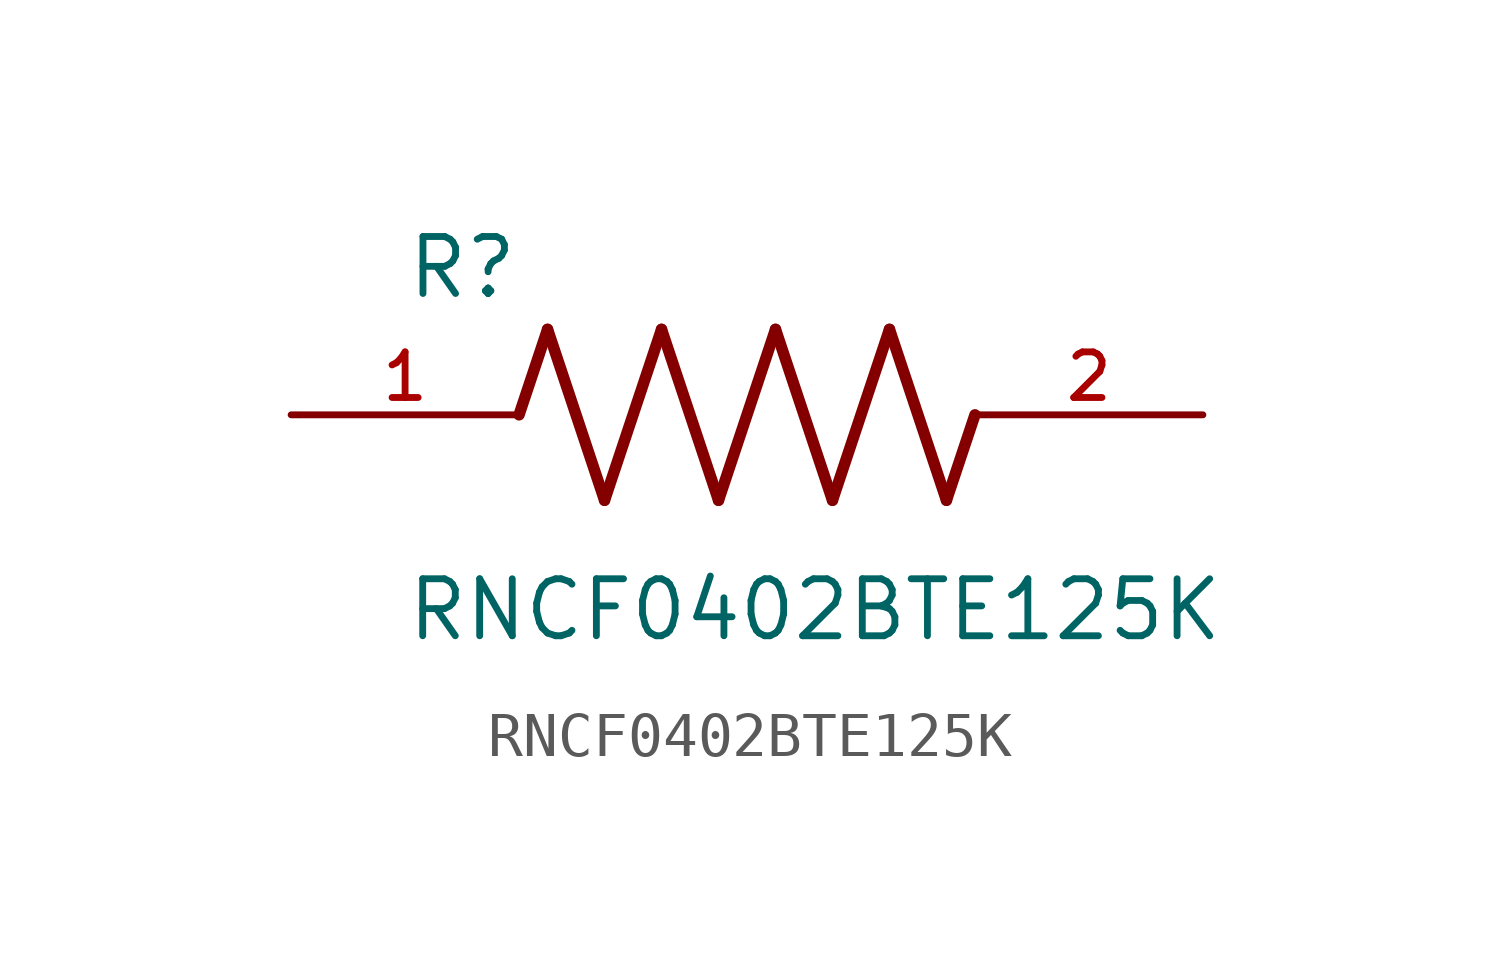
<source format=kicad_sym>
(kicad_symbol_lib
  (version 20211014)
  (generator kicad_symbol_editor)
  (symbol "RNCF0402BTE125K"
    (pin_names
      (offset 1.016))
    (property "Reference" "R"
      (at -7.624 2.541 0)
      (effects (font (size 1.27 1.27)) (justify bottom left)))
    (property "Value" "RNCF0402BTE125K"
      (at -7.63 -5.087 0)
      (effects (font (size 1.27 1.27)) (justify bottom left)))
    (symbol "RNCF0402BTE125K_0_0"
      (polyline (pts (xy -5.08 0.0) (xy -4.445 1.905)) (stroke (width 0.254)))
      (polyline (pts (xy -4.445 1.905) (xy -3.175 -1.905)) (stroke (width 0.254)))
      (polyline (pts (xy -3.175 -1.905) (xy -1.905 1.905)) (stroke (width 0.254)))
      (polyline (pts (xy -1.905 1.905) (xy -0.635 -1.905)) (stroke (width 0.254)))
      (polyline (pts (xy -0.635 -1.905) (xy 0.635 1.905)) (stroke (width 0.254)))
      (polyline (pts (xy 0.635 1.905) (xy 1.905 -1.905)) (stroke (width 0.254)))
      (polyline (pts (xy 1.905 -1.905) (xy 3.175 1.905)) (stroke (width 0.254)))
      (polyline (pts (xy 3.175 1.905) (xy 4.445 -1.905)) (stroke (width 0.254)))
      (polyline (pts (xy 4.445 -1.905) (xy 5.08 0.0)) (stroke (width 0.254)))
      (pin passive line (at -10.16 0.0 0) (length 5.08) (name "~" (effects (font (size 1.016 1.016)))) (number "1" (effects (font (size 1.016 1.016)))))
      (pin passive line (at 10.16 0.0 180.0) (length 5.08) (name "~" (effects (font (size 1.016 1.016)))) (number "2" (effects (font (size 1.016 1.016))))))))
</source>
